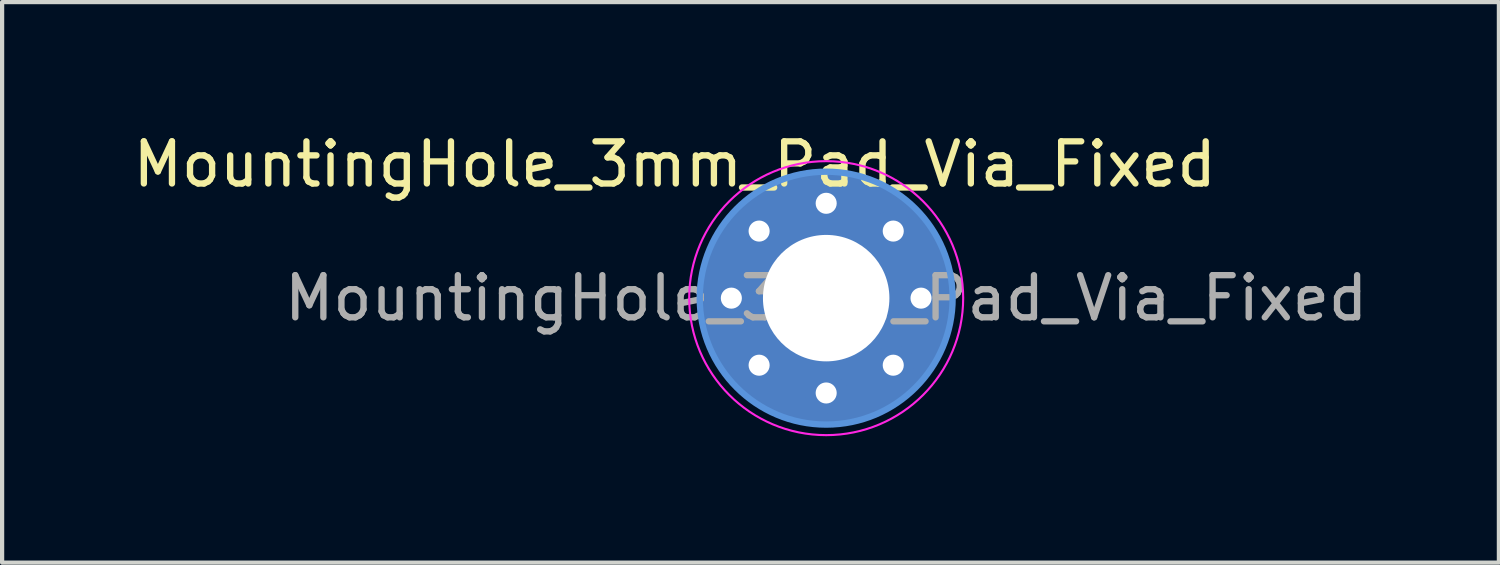
<source format=kicad_pcb>
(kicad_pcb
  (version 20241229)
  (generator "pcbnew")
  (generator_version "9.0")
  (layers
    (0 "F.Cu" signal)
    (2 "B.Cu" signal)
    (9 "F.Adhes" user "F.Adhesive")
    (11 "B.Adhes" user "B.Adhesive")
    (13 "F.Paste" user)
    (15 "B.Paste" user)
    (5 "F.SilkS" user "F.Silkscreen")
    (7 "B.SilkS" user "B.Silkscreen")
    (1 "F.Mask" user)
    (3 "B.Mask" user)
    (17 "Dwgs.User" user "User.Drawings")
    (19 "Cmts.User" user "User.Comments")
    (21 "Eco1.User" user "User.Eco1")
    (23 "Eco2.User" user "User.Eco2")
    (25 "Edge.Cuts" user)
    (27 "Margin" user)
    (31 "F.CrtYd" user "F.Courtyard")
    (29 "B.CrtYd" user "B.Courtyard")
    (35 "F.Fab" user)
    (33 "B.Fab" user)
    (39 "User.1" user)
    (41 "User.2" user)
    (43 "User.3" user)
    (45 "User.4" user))
  (footprint "MountingHole_3mm_Pad_Via_Fixed"
    (layer "F.Cu")
    (at 16.55 4.023)
    (property "Reference" "MountingHole_3mm_Pad_Via_Fixed" (at -3.592 -3.175 0) (layer "F.SilkS") (effects (font (size 1 1) (thickness 0.15))))
    (attr exclude_from_pos_files)
    (fp_circle (center 0 0) (end 3 0) (stroke (width 0.15) (type solid)) (fill no) (layer "Cmts.User"))
    (fp_circle (center 0 0) (end 3.25 0) (stroke (width 0.05) (type solid)) (fill no) (layer "F.CrtYd"))
    (fp_text user "${REFERENCE}" (at 0 0 0) (layer "F.Fab") (effects (font (size 1 1) (thickness 0.15))))
    (pad "1" thru_hole circle (at -2.25 0) (size 1 1) (drill 0.5) (layers "*.Cu" "*.Mask"))
    (pad "1" thru_hole circle (at -1.591 -1.591) (size 1 1) (drill 0.5) (layers "*.Cu" "*.Mask"))
    (pad "1" thru_hole circle (at -1.591 1.591) (size 1 1) (drill 0.5) (layers "*.Cu" "*.Mask"))
    (pad "1" thru_hole circle (at 0 -2.25) (size 1 1) (drill 0.5) (layers "*.Cu" "*.Mask"))
    (pad "1" thru_hole circle (at 0 0) (size 6 6) (drill 3) (layers "*.Cu" "*.Mask"))
    (pad "1" thru_hole circle (at 0 2.25) (size 1 1) (drill 0.5) (layers "*.Cu" "*.Mask"))
    (pad "1" thru_hole circle (at 1.591 -1.591) (size 1 1) (drill 0.5) (layers "*.Cu" "*.Mask"))
    (pad "1" thru_hole circle (at 1.591 1.591) (size 1 1) (drill 0.5) (layers "*.Cu" "*.Mask"))
    (pad "1" thru_hole circle (at 2.25 0) (size 1 1) (drill 0.5) (layers "*.Cu" "*.Mask")))
  (gr_rect
    (start -3 -3)
    (end 32.509 10.298)
    (stroke (width 0.1) (type default))
    (fill no)
    (layer "Edge.Cuts")))
</source>
